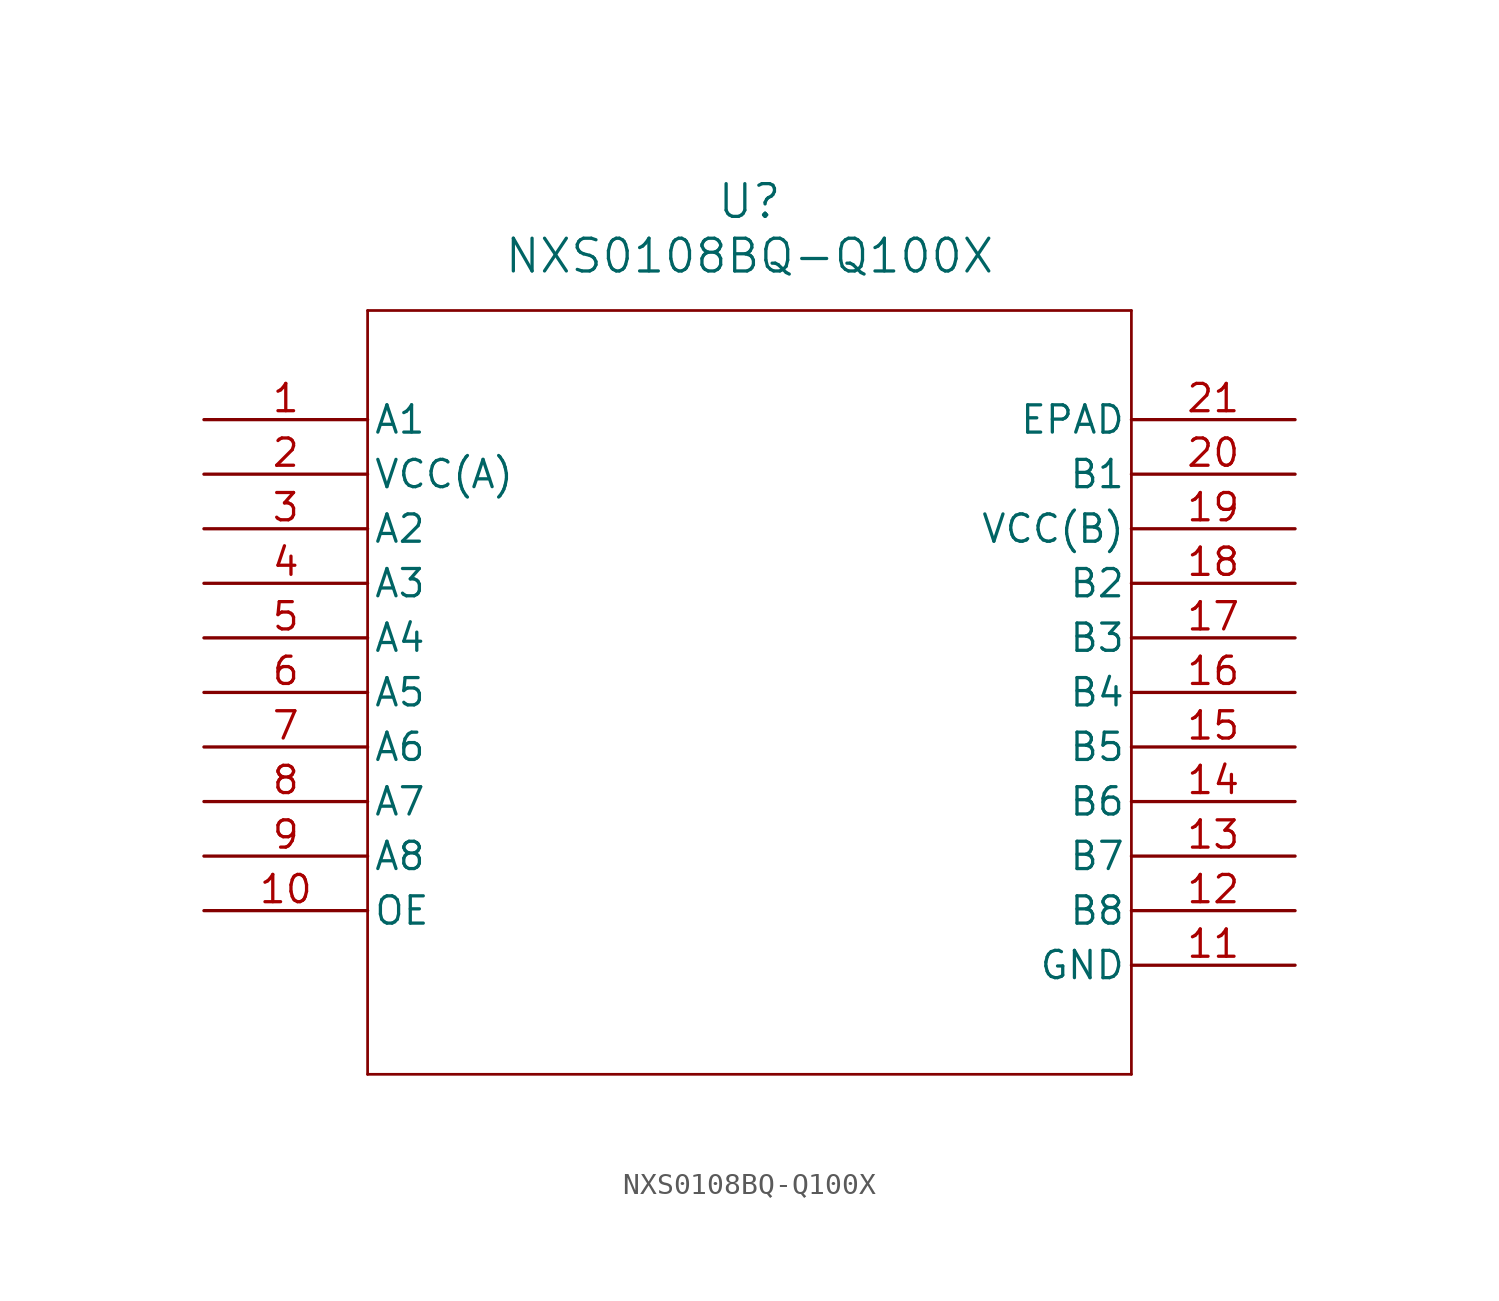
<source format=kicad_sym>
(kicad_symbol_lib
  (version 20220914)
  (generator kicad_symbol_editor)
  (symbol "NXS0108BQ-Q100X"
    (pin_names
      (offset 0.254))
    (property "Reference" "U"
      (at 25.4 10.16 0)
      (effects (font (size 1.524 1.524))))
    (property "Value" "NXS0108BQ-Q100X"
      (at 25.4 7.62 0)
      (effects (font (size 1.524 1.524))))
    (symbol "NXS0108BQ-Q100X_0_1"
      (polyline (pts (xy 7.62 -30.48) (xy 43.18 -30.48)) (stroke (width 0.127) (type default)) (fill (type none)))
      (polyline (pts (xy 7.62 5.08) (xy 7.62 -30.48)) (stroke (width 0.127) (type default)) (fill (type none)))
      (polyline (pts (xy 43.18 -30.48) (xy 43.18 5.08)) (stroke (width 0.127) (type default)) (fill (type none)))
      (polyline (pts (xy 43.18 5.08) (xy 7.62 5.08)) (stroke (width 0.127) (type default)) (fill (type none)))
      (pin bidirectional line (at 0 0 0) (length 7.62) (name "A1" (effects (font (size 1.27 1.27)))) (number "1" (effects (font (size 1.27 1.27)))))
      (pin unspecified line (at 0 -22.86 0) (length 7.62) (name "OE" (effects (font (size 1.27 1.27)))) (number "10" (effects (font (size 1.27 1.27)))))
      (pin power_out line (at 50.8 -25.4 180) (length 7.62) (name "GND" (effects (font (size 1.27 1.27)))) (number "11" (effects (font (size 1.27 1.27)))))
      (pin bidirectional line (at 50.8 -22.86 180) (length 7.62) (name "B8" (effects (font (size 1.27 1.27)))) (number "12" (effects (font (size 1.27 1.27)))))
      (pin bidirectional line (at 50.8 -20.32 180) (length 7.62) (name "B7" (effects (font (size 1.27 1.27)))) (number "13" (effects (font (size 1.27 1.27)))))
      (pin bidirectional line (at 50.8 -17.78 180) (length 7.62) (name "B6" (effects (font (size 1.27 1.27)))) (number "14" (effects (font (size 1.27 1.27)))))
      (pin bidirectional line (at 50.8 -15.24 180) (length 7.62) (name "B5" (effects (font (size 1.27 1.27)))) (number "15" (effects (font (size 1.27 1.27)))))
      (pin bidirectional line (at 50.8 -12.7 180) (length 7.62) (name "B4" (effects (font (size 1.27 1.27)))) (number "16" (effects (font (size 1.27 1.27)))))
      (pin bidirectional line (at 50.8 -10.16 180) (length 7.62) (name "B3" (effects (font (size 1.27 1.27)))) (number "17" (effects (font (size 1.27 1.27)))))
      (pin bidirectional line (at 50.8 -7.62 180) (length 7.62) (name "B2" (effects (font (size 1.27 1.27)))) (number "18" (effects (font (size 1.27 1.27)))))
      (pin power_in line (at 50.8 -5.08 180) (length 7.62) (name "VCC(B)" (effects (font (size 1.27 1.27)))) (number "19" (effects (font (size 1.27 1.27)))))
      (pin power_in line (at 0 -2.54 0) (length 7.62) (name "VCC(A)" (effects (font (size 1.27 1.27)))) (number "2" (effects (font (size 1.27 1.27)))))
      (pin bidirectional line (at 50.8 -2.54 180) (length 7.62) (name "B1" (effects (font (size 1.27 1.27)))) (number "20" (effects (font (size 1.27 1.27)))))
      (pin unspecified line (at 50.8 0 180) (length 7.62) (name "EPAD" (effects (font (size 1.27 1.27)))) (number "21" (effects (font (size 1.27 1.27)))))
      (pin bidirectional line (at 0 -5.08 0) (length 7.62) (name "A2" (effects (font (size 1.27 1.27)))) (number "3" (effects (font (size 1.27 1.27)))))
      (pin bidirectional line (at 0 -7.62 0) (length 7.62) (name "A3" (effects (font (size 1.27 1.27)))) (number "4" (effects (font (size 1.27 1.27)))))
      (pin bidirectional line (at 0 -10.16 0) (length 7.62) (name "A4" (effects (font (size 1.27 1.27)))) (number "5" (effects (font (size 1.27 1.27)))))
      (pin bidirectional line (at 0 -12.7 0) (length 7.62) (name "A5" (effects (font (size 1.27 1.27)))) (number "6" (effects (font (size 1.27 1.27)))))
      (pin bidirectional line (at 0 -15.24 0) (length 7.62) (name "A6" (effects (font (size 1.27 1.27)))) (number "7" (effects (font (size 1.27 1.27)))))
      (pin bidirectional line (at 0 -17.78 0) (length 7.62) (name "A7" (effects (font (size 1.27 1.27)))) (number "8" (effects (font (size 1.27 1.27)))))
      (pin bidirectional line (at 0 -20.32 0) (length 7.62) (name "A8" (effects (font (size 1.27 1.27)))) (number "9" (effects (font (size 1.27 1.27))))))))
</source>
